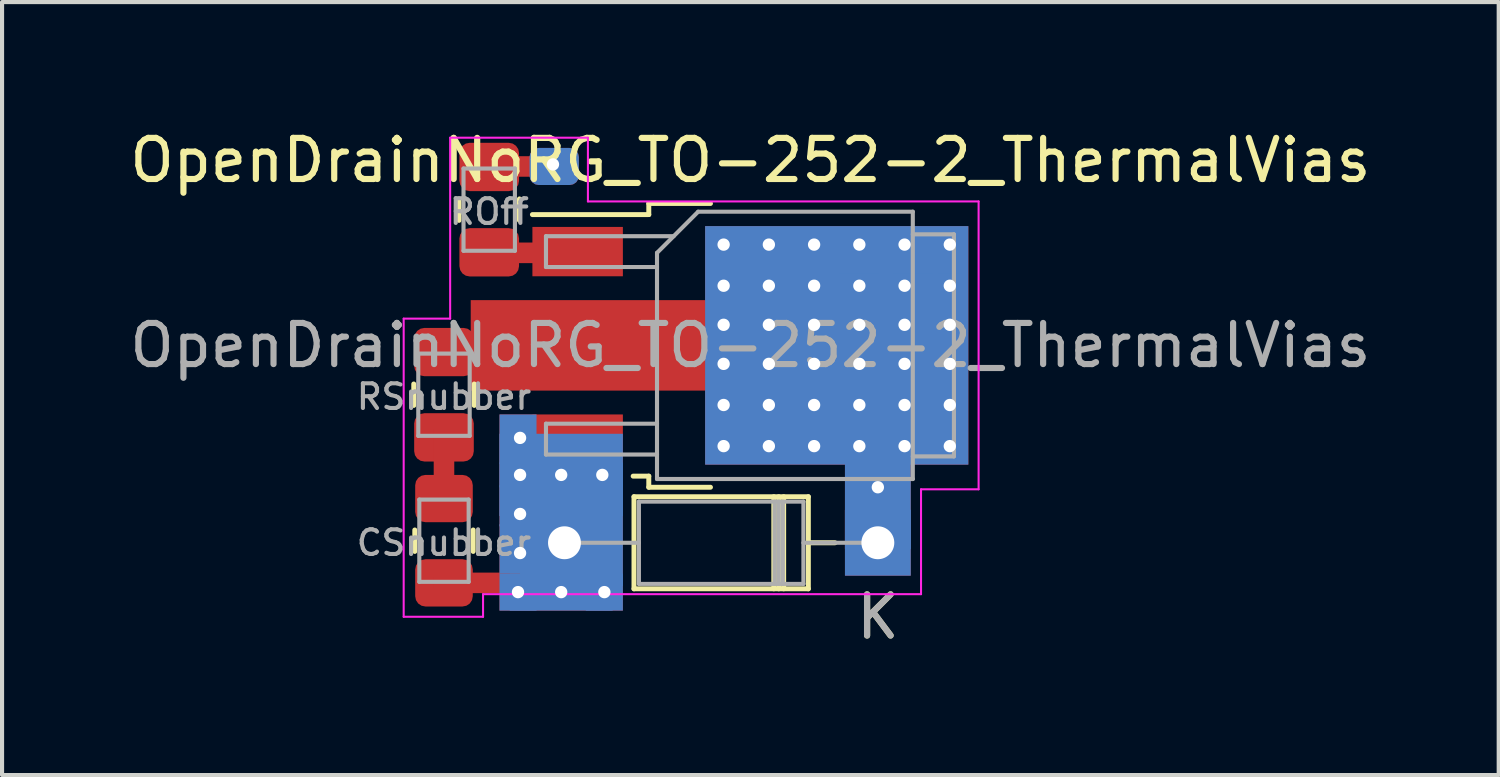
<source format=kicad_pcb>
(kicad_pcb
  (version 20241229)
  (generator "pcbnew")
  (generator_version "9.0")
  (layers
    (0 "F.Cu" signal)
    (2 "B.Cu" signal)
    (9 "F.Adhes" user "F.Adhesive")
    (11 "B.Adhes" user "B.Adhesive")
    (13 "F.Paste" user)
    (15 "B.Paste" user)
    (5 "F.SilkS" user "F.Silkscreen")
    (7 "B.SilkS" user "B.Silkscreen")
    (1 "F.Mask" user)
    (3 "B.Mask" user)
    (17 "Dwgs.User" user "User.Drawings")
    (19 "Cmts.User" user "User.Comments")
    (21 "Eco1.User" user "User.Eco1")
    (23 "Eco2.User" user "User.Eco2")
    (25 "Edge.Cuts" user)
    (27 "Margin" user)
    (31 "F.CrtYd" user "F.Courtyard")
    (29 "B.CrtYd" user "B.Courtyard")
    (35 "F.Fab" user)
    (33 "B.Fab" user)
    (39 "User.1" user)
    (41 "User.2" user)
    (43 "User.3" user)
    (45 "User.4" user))
  (footprint "OpenDrainNoRG_TO-252-2_ThermalVias"
    (layer "F.Cu")
    (at 15.196 5.348)
    (property "Reference" "OpenDrainNoRG_TO-252-2_ThermalVias" (at 0 -4.5 0) (layer "F.SilkS") (effects (font (size 1 1) (thickness 0.15))))
    (attr smd)
    (fp_line (start -8.185 1.461) (end -8.185 0.939) (stroke (width 0.12) (type solid)) (layer "F.SilkS"))
    (fp_line (start -8.16 4.489) (end -8.16 5.011) (stroke (width 0.12) (type solid)) (layer "F.SilkS"))
    (fp_line (start -7.085 -3.039) (end -7.085 -3.561) (stroke (width 0.12) (type solid)) (layer "F.SilkS"))
    (fp_line (start -6.74 4.489) (end -6.74 5.011) (stroke (width 0.12) (type solid)) (layer "F.SilkS"))
    (fp_line (start -6.715 1.461) (end -6.715 0.939) (stroke (width 0.12) (type solid)) (layer "F.SilkS"))
    (fp_line (start -5.615 -3.039) (end -5.615 -3.561) (stroke (width 0.12) (type solid)) (layer "F.SilkS"))
    (fp_line (start -2.83 3.68) (end -2.83 5.92) (stroke (width 0.12) (type solid)) (layer "F.SilkS"))
    (fp_line (start -2.83 5.92) (end 1.41 5.92) (stroke (width 0.12) (type solid)) (layer "F.SilkS"))
    (fp_line (start -2.47 -3.45) (end -2.47 -3.18) (stroke (width 0.12) (type solid)) (layer "F.SilkS"))
    (fp_line (start -2.47 -3.18) (end -5.3 -3.18) (stroke (width 0.12) (type solid)) (layer "F.SilkS"))
    (fp_line (start -2.47 3.18) (end -2.85 3.18) (stroke (width 0.12) (type solid)) (layer "F.SilkS"))
    (fp_line (start -2.47 3.45) (end -2.47 3.18) (stroke (width 0.12) (type solid)) (layer "F.SilkS"))
    (fp_line (start -0.97 -3.45) (end -2.47 -3.45) (stroke (width 0.12) (type solid)) (layer "F.SilkS"))
    (fp_line (start -0.97 3.45) (end -2.47 3.45) (stroke (width 0.12) (type solid)) (layer "F.SilkS"))
    (fp_line (start 0.57 5.92) (end 0.57 3.68) (stroke (width 0.12) (type solid)) (layer "F.SilkS"))
    (fp_line (start 0.69 5.92) (end 0.69 3.68) (stroke (width 0.12) (type solid)) (layer "F.SilkS"))
    (fp_line (start 0.81 5.92) (end 0.81 3.68) (stroke (width 0.12) (type solid)) (layer "F.SilkS"))
    (fp_line (start 1.41 3.68) (end -2.83 3.68) (stroke (width 0.12) (type solid)) (layer "F.SilkS"))
    (fp_line (start 1.41 5.92) (end 1.41 3.68) (stroke (width 0.12) (type solid)) (layer "F.SilkS"))
    (fp_line (start 2.06 4.8) (end 1.41 4.8) (stroke (width 0.12) (type solid)) (layer "F.SilkS"))
    (fp_line (start -8.43 6.6) (end -8.43 -0.65) (stroke (width 0.05) (type solid)) (layer "F.CrtYd"))
    (fp_line (start -7.3 -5.05) (end -3.95 -5.05) (stroke (width 0.05) (type solid)) (layer "F.CrtYd"))
    (fp_line (start -7.3 -0.65) (end -8.43 -0.65) (stroke (width 0.05) (type solid)) (layer "F.CrtYd"))
    (fp_line (start -7.3 -0.65) (end -7.3 -5.05) (stroke (width 0.05) (type solid)) (layer "F.CrtYd"))
    (fp_line (start -6.5 6.05) (end 4.15 6.05) (stroke (width 0.05) (type solid)) (layer "F.CrtYd"))
    (fp_line (start -6.5 6.6) (end -8.43 6.6) (stroke (width 0.05) (type solid)) (layer "F.CrtYd"))
    (fp_line (start -6.5 6.6) (end -6.5 6.05) (stroke (width 0.05) (type solid)) (layer "F.CrtYd"))
    (fp_line (start -3.95 -5.05) (end -3.95 -3.5) (stroke (width 0.05) (type solid)) (layer "F.CrtYd"))
    (fp_line (start 4.15 3.5) (end 5.55 3.5) (stroke (width 0.05) (type solid)) (layer "F.CrtYd"))
    (fp_line (start 4.15 6.05) (end 4.15 3.5) (stroke (width 0.05) (type solid)) (layer "F.CrtYd"))
    (fp_line (start 5.55 -3.5) (end -3.95 -3.5) (stroke (width 0.05) (type solid)) (layer "F.CrtYd"))
    (fp_line (start 5.55 3.5) (end 5.55 -3.5) (stroke (width 0.05) (type solid)) (layer "F.CrtYd"))
    (fp_line (start -8.075 0.2) (end -6.825 0.2) (stroke (width 0.1) (type solid)) (layer "F.Fab"))
    (fp_line (start -8.075 2.2) (end -8.075 0.2) (stroke (width 0.1) (type solid)) (layer "F.Fab"))
    (fp_line (start -8.05 3.75) (end -6.85 3.75) (stroke (width 0.1) (type solid)) (layer "F.Fab"))
    (fp_line (start -8.05 5.75) (end -8.05 3.75) (stroke (width 0.1) (type solid)) (layer "F.Fab"))
    (fp_line (start -6.975 -4.3) (end -5.725 -4.3) (stroke (width 0.1) (type solid)) (layer "F.Fab"))
    (fp_line (start -6.975 -2.3) (end -6.975 -4.3) (stroke (width 0.1) (type solid)) (layer "F.Fab"))
    (fp_line (start -6.85 3.75) (end -6.85 5.75) (stroke (width 0.1) (type solid)) (layer "F.Fab"))
    (fp_line (start -6.85 5.75) (end -8.05 5.75) (stroke (width 0.1) (type solid)) (layer "F.Fab"))
    (fp_line (start -6.825 0.2) (end -6.825 2.2) (stroke (width 0.1) (type solid)) (layer "F.Fab"))
    (fp_line (start -6.825 2.2) (end -8.075 2.2) (stroke (width 0.1) (type solid)) (layer "F.Fab"))
    (fp_line (start -5.725 -4.3) (end -5.725 -2.3) (stroke (width 0.1) (type solid)) (layer "F.Fab"))
    (fp_line (start -5.725 -2.3) (end -6.975 -2.3) (stroke (width 0.1) (type solid)) (layer "F.Fab"))
    (fp_line (start -4.97 -2.655) (end -4.97 -1.905) (stroke (width 0.1) (type solid)) (layer "F.Fab"))
    (fp_line (start -4.97 -1.905) (end -2.27 -1.905) (stroke (width 0.1) (type solid)) (layer "F.Fab"))
    (fp_line (start -4.97 1.905) (end -4.97 2.655) (stroke (width 0.1) (type solid)) (layer "F.Fab"))
    (fp_line (start -4.97 2.655) (end -2.27 2.655) (stroke (width 0.1) (type solid)) (layer "F.Fab"))
    (fp_line (start -4.52 4.8) (end -2.71 4.8) (stroke (width 0.1) (type solid)) (layer "F.Fab"))
    (fp_line (start -2.71 3.8) (end -2.71 5.8) (stroke (width 0.1) (type solid)) (layer "F.Fab"))
    (fp_line (start -2.71 5.8) (end 1.29 5.8) (stroke (width 0.1) (type solid)) (layer "F.Fab"))
    (fp_line (start -2.27 -2.25) (end -1.27 -3.25) (stroke (width 0.1) (type solid)) (layer "F.Fab"))
    (fp_line (start -2.27 1.905) (end -4.97 1.905) (stroke (width 0.1) (type solid)) (layer "F.Fab"))
    (fp_line (start -2.27 3.25) (end -2.27 -2.25) (stroke (width 0.1) (type solid)) (layer "F.Fab"))
    (fp_line (start -1.865 -2.655) (end -4.97 -2.655) (stroke (width 0.1) (type solid)) (layer "F.Fab"))
    (fp_line (start -1.27 -3.25) (end 3.95 -3.25) (stroke (width 0.1) (type solid)) (layer "F.Fab"))
    (fp_line (start 0.59 5.8) (end 0.59 3.8) (stroke (width 0.1) (type solid)) (layer "F.Fab"))
    (fp_line (start 0.69 5.8) (end 0.69 3.8) (stroke (width 0.1) (type solid)) (layer "F.Fab"))
    (fp_line (start 0.79 5.8) (end 0.79 3.8) (stroke (width 0.1) (type solid)) (layer "F.Fab"))
    (fp_line (start 1.29 3.8) (end -2.71 3.8) (stroke (width 0.1) (type solid)) (layer "F.Fab"))
    (fp_line (start 1.29 5.8) (end 1.29 3.8) (stroke (width 0.1) (type solid)) (layer "F.Fab"))
    (fp_line (start 3.1 4.8) (end 1.29 4.8) (stroke (width 0.1) (type solid)) (layer "F.Fab"))
    (fp_line (start 3.95 -3.25) (end 3.95 3.25) (stroke (width 0.1) (type solid)) (layer "F.Fab"))
    (fp_line (start 3.95 -2.7) (end 4.95 -2.7) (stroke (width 0.1) (type solid)) (layer "F.Fab"))
    (fp_line (start 3.95 3.25) (end -2.27 3.25) (stroke (width 0.1) (type solid)) (layer "F.Fab"))
    (fp_line (start 4.95 -2.7) (end 4.95 2.7) (stroke (width 0.1) (type solid)) (layer "F.Fab"))
    (fp_line (start 4.95 2.7) (end 3.95 2.7) (stroke (width 0.1) (type solid)) (layer "F.Fab"))
    (fp_text user "K" (at 3.1 6.6 180) (layer "F.SilkS") (effects (font (size 1 1) (thickness 0.15))))
    (fp_text user "ROff" (at -6.35 -3.25 0) (layer "F.Fab") (effects (font (size 0.6 0.6) (thickness 0.1))))
    (fp_text user "RSnubber" (at -7.45 1.25 0) (layer "F.Fab") (effects (font (size 0.6 0.6) (thickness 0.1))))
    (fp_text user "${REFERENCE}" (at 0 0 0) (layer "F.Fab") (effects (font (size 1 1) (thickness 0.15))))
    (fp_text user "CSnubber" (at -7.45 4.8 180) (layer "F.Fab") (effects (font (size 0.6 0.6) (thickness 0.1))))
    (fp_text user "K" (at 3.1 6.6 180) (layer "F.Fab") (effects (font (size 1 1) (thickness 0.15))))
    (pad "" smd rect (at 0.425 -1.525) (size 3.05 2.75) (layers "F.Paste"))
    (pad "" smd rect (at 0.425 1.525) (size 3.05 2.75) (layers "F.Paste"))
    (pad "" smd rect (at 3.775 -1.525) (size 3.05 2.75) (layers "F.Paste"))
    (pad "" smd rect (at 3.775 1.525) (size 3.05 2.75) (layers "F.Paste"))
    (pad "1" smd roundrect (at -6.35 -2.263 90) (size 1.175 1.45) (layers "F.Cu" "F.Mask" "F.Paste") (roundrect_rratio 0.213))
    (pad "1" smd roundrect (at -5.425 -2.25) (size 2.5 0.5) (layers "F.Cu" "F.Mask" "F.Paste") (roundrect_rratio 0.217))
    (pad "1" smd rect (at -4.2 -2.28) (size 2.2 1.2) (layers "F.Cu" "F.Mask" "F.Paste"))
    (pad "2" smd roundrect (at -7.45 0.163 90) (size 1.175 1.45) (layers "F.Cu" "F.Mask" "F.Paste") (roundrect_rratio 0.213))
    (pad "2" smd roundrect (at -6.625 0.15) (size 2.5 0.5) (layers "F.Cu" "F.Mask" "F.Paste") (roundrect_rratio 0.217))
    (pad "2" smd rect (at -2.8 0) (size 8 2.2) (layers "F.Cu" "F.Mask"))
    (pad "2" thru_hole rect (at -0.65 -2.45) (size 0.6 0.6) (drill 0.3) (layers "*.Cu" "*.Mask"))
    (pad "2" thru_hole rect (at -0.65 -1.45) (size 0.6 0.6) (drill 0.3) (layers "*.Cu" "*.Mask"))
    (pad "2" thru_hole rect (at -0.65 -0.5) (size 0.6 0.6) (drill 0.3) (layers "*.Cu" "*.Mask"))
    (pad "2" thru_hole rect (at -0.65 0.45) (size 0.6 0.6) (drill 0.3) (layers "*.Cu" "*.Mask"))
    (pad "2" thru_hole rect (at -0.65 1.45) (size 0.6 0.6) (drill 0.3) (layers "*.Cu" "*.Mask"))
    (pad "2" thru_hole rect (at -0.65 2.45) (size 0.6 0.6) (drill 0.3) (layers "*.Cu" "*.Mask"))
    (pad "2" thru_hole rect (at 0.45 -2.45 180) (size 1 0.6) (drill 0.3 (offset 0.2 0)) (layers "*.Cu" "*.Mask"))
    (pad "2" thru_hole rect (at 0.45 -1.45 180) (size 1 0.6) (drill 0.3 (offset 0.2 0)) (layers "*.Cu" "*.Mask"))
    (pad "2" thru_hole rect (at 0.45 -0.5 180) (size 1 0.6) (drill 0.3 (offset 0.2 0)) (layers "*.Cu" "*.Mask"))
    (pad "2" thru_hole rect (at 0.45 0.45 180) (size 1 0.6) (drill 0.3 (offset 0.2 0)) (layers "*.Cu" "*.Mask"))
    (pad "2" thru_hole rect (at 0.45 1.45 180) (size 1 0.6) (drill 0.3 (offset 0.2 0)) (layers "*.Cu" "*.Mask"))
    (pad "2" thru_hole rect (at 0.45 2.45 180) (size 1 0.6) (drill 0.3 (offset 0.2 0)) (layers "*.Cu" "*.Mask"))
    (pad "2" thru_hole rect (at 1.55 -2.45 180) (size 1 0.6) (drill 0.3 (offset 0.2 0)) (layers "*.Cu" "*.Mask"))
    (pad "2" thru_hole rect (at 1.55 -1.45 180) (size 1 0.6) (drill 0.3 (offset 0.2 0)) (layers "*.Cu" "*.Mask"))
    (pad "2" thru_hole rect (at 1.55 -0.5 180) (size 1 0.6) (drill 0.3 (offset 0.2 0)) (layers "*.Cu" "*.Mask"))
    (pad "2" thru_hole rect (at 1.55 0.45 180) (size 1 0.6) (drill 0.3 (offset 0.2 0)) (layers "*.Cu" "*.Mask"))
    (pad "2" thru_hole rect (at 1.55 1.45 180) (size 1 0.6) (drill 0.3 (offset 0.2 0)) (layers "*.Cu" "*.Mask"))
    (pad "2" thru_hole rect (at 1.55 2.45 180) (size 1 0.6) (drill 0.3 (offset 0.2 0)) (layers "*.Cu" "*.Mask"))
    (pad "2" smd rect (at 2.1 0) (size 6.4 5.8) (layers "F.Cu" "F.Mask"))
    (pad "2" smd rect (at 2.1 0) (size 6.4 5.8) (layers "B.Cu" "B.Mask"))
    (pad "2" thru_hole rect (at 2.65 -2.45) (size 1 0.6) (drill 0.3) (layers "*.Cu" "*.Mask"))
    (pad "2" thru_hole rect (at 2.65 -1.45) (size 1 0.6) (drill 0.3) (layers "*.Cu" "*.Mask"))
    (pad "2" thru_hole rect (at 2.65 -0.5) (size 1 0.6) (drill 0.3) (layers "*.Cu" "*.Mask"))
    (pad "2" thru_hole rect (at 2.65 0.45) (size 1 0.6) (drill 0.3) (layers "*.Cu" "*.Mask"))
    (pad "2" thru_hole rect (at 2.65 1.45) (size 1 0.6) (drill 0.3) (layers "*.Cu" "*.Mask"))
    (pad "2" thru_hole rect (at 2.65 2.45) (size 1 0.6) (drill 0.3) (layers "*.Cu" "*.Mask"))
    (pad "2" thru_hole rect (at 3.1 3.45 90) (size 3 1.6) (drill 0.3) (layers "*.Cu" "*.Mask"))
    (pad "2" thru_hole rect (at 3.1 4.8 180) (size 1.6 1.6) (drill 0.8) (layers "*.Cu" "*.Mask"))
    (pad "2" thru_hole rect (at 3.75 -2.45) (size 1 0.6) (drill 0.3 (offset 0.2 0)) (layers "*.Cu" "*.Mask"))
    (pad "2" thru_hole rect (at 3.75 -1.45) (size 1 0.6) (drill 0.3 (offset 0.2 0)) (layers "*.Cu" "*.Mask"))
    (pad "2" thru_hole rect (at 3.75 -0.5) (size 1 0.6) (drill 0.3 (offset 0.2 0)) (layers "*.Cu" "*.Mask"))
    (pad "2" thru_hole rect (at 3.75 0.45) (size 1 0.6) (drill 0.3 (offset 0.2 0)) (layers "*.Cu" "*.Mask"))
    (pad "2" thru_hole rect (at 3.75 1.45) (size 1 0.6) (drill 0.3 (offset 0.2 0)) (layers "*.Cu" "*.Mask"))
    (pad "2" thru_hole rect (at 3.75 2.45) (size 1 0.6) (drill 0.3 (offset 0.2 0)) (layers "*.Cu" "*.Mask"))
    (pad "2" thru_hole rect (at 4.85 -2.45) (size 0.6 0.6) (drill 0.3) (layers "*.Cu" "*.Mask"))
    (pad "2" thru_hole rect (at 4.85 -1.45) (size 0.6 0.6) (drill 0.3) (layers "*.Cu" "*.Mask"))
    (pad "2" thru_hole rect (at 4.85 -0.5) (size 0.6 0.6) (drill 0.3) (layers "*.Cu" "*.Mask"))
    (pad "2" thru_hole rect (at 4.85 0.45) (size 0.6 0.6) (drill 0.3) (layers "*.Cu" "*.Mask"))
    (pad "2" thru_hole rect (at 4.85 1.45) (size 0.6 0.6) (drill 0.3) (layers "*.Cu" "*.Mask"))
    (pad "2" thru_hole rect (at 4.85 2.45) (size 0.6 0.6) (drill 0.3) (layers "*.Cu" "*.Mask"))
    (pad "3" smd roundrect (at -7.45 5.775 270) (size 1.15 1.4) (layers "F.Cu" "F.Mask" "F.Paste") (roundrect_rratio 0.217))
    (pad "3" smd roundrect (at -6.45 5.775 270) (size 0.5 2.5) (layers "F.Cu" "F.Mask" "F.Paste") (roundrect_rratio 0.217))
    (pad "3" smd roundrect (at -6.35 -4.338 90) (size 1.175 1.45) (layers "F.Cu" "F.Mask" "F.Paste") (roundrect_rratio 0.213))
    (pad "3" thru_hole rect (at -5.65 6 90) (size 0.9 0.9) (drill 0.3) (layers "*.Cu" "*.Mask"))
    (pad "3" thru_hole rect (at -5.6 2.25 90) (size 1.2 0.9) (drill 0.3 (offset -0.03 -0.05)) (layers "*.Cu" "*.Mask"))
    (pad "3" thru_hole rect (at -5.6 3.15) (size 1 0.6) (drill 0.3) (layers "*.Cu" "*.Mask"))
    (pad "3" thru_hole rect (at -5.6 4.1 90) (size 1 0.9) (drill 0.3 (offset 0.2 -0.05)) (layers "*.Cu" "*.Mask"))
    (pad "3" thru_hole rect (at -5.6 5.05 90) (size 1.2 0.9) (drill 0.3 (offset 0.1 -0.05)) (layers "*.Cu" "*.Mask"))
    (pad "3" smd roundrect (at -5.575 -4.35 180) (size 2 0.5) (layers "F.Cu" "F.Mask" "F.Paste") (roundrect_rratio 0.217))
    (pad "3" thru_hole roundrect (at -4.8 -4.4 180) (size 1.2 0.9) (drill 0.3 (offset -0.03 -0.05)) (layers "*.Cu" "*.Mask") (roundrect_rratio 0.25))
    (pad "3" thru_hole rect (at -4.6 3.15) (size 3 2) (drill 0.3) (layers "*.Cu" "*.Mask"))
    (pad "3" thru_hole rect (at -4.6 6 90) (size 0.9 2.5) (drill 0.3) (layers "*.Cu" "*.Mask"))
    (pad "3" thru_hole rect (at -4.52 4.8 180) (size 2.5 2.5) (drill 0.8 (offset -0.17 0.2)) (layers "*.Cu" "*.Mask"))
    (pad "3" smd rect (at -4.2 2.28) (size 2.2 1.2) (layers "F.Cu" "F.Mask" "F.Paste"))
    (pad "3" thru_hole rect (at -3.6 3.15) (size 1 0.6) (drill 0.3) (layers "*.Cu" "*.Mask"))
    (pad "3" thru_hole rect (at -3.55 6 90) (size 0.9 0.9) (drill 0.3) (layers "*.Cu" "*.Mask"))
    (pad "4" smd roundrect (at -7.45 2.237 90) (size 1.175 1.45) (layers "F.Cu" "F.Mask" "F.Paste") (roundrect_rratio 0.213))
    (pad "4" smd roundrect (at -7.45 2.925 270) (size 2 0.5) (layers "F.Cu" "F.Mask" "F.Paste") (roundrect_rratio 0.217))
    (pad "4" smd roundrect (at -7.45 3.725 270) (size 1.15 1.4) (layers "F.Cu" "F.Mask" "F.Paste") (roundrect_rratio 0.217)))
  (gr_rect
    (start -3 -3)
    (end 33.393 15.796)
    (stroke (width 0.1) (type default))
    (fill no)
    (layer "Edge.Cuts")))
</source>
